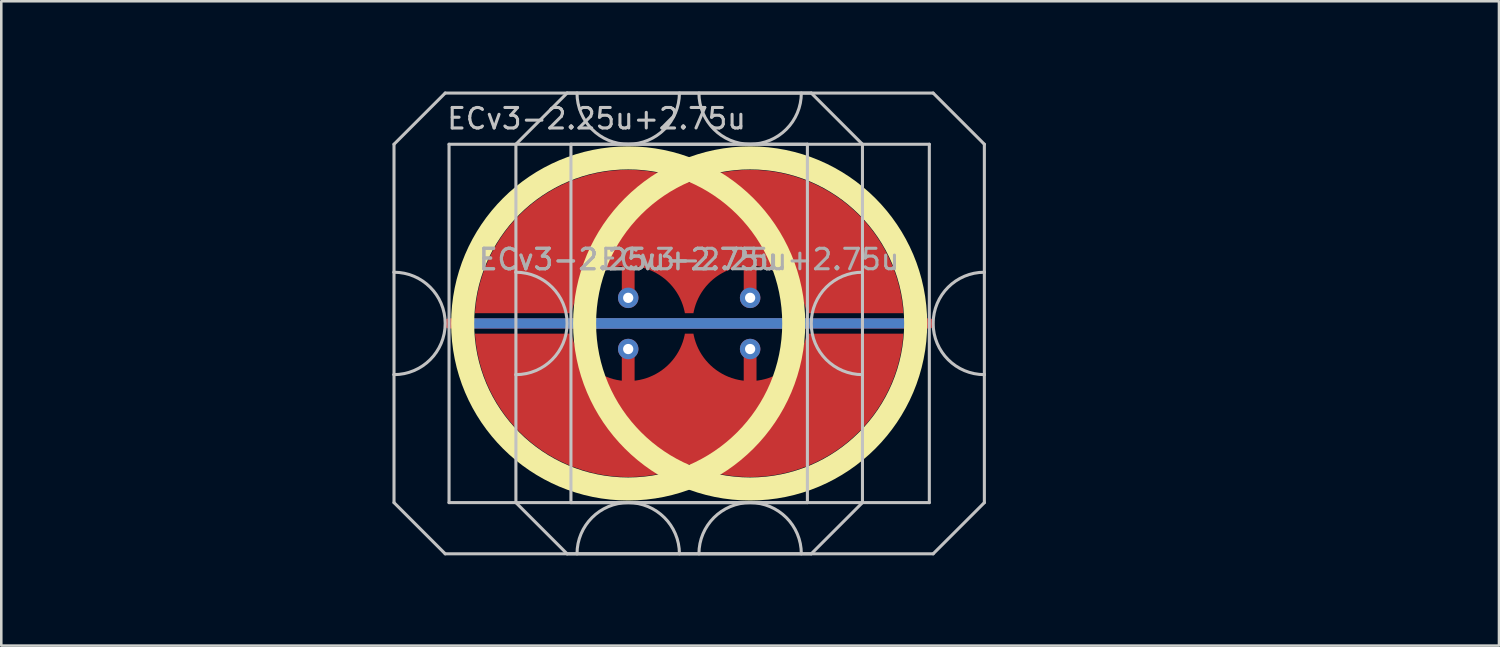
<source format=kicad_pcb>
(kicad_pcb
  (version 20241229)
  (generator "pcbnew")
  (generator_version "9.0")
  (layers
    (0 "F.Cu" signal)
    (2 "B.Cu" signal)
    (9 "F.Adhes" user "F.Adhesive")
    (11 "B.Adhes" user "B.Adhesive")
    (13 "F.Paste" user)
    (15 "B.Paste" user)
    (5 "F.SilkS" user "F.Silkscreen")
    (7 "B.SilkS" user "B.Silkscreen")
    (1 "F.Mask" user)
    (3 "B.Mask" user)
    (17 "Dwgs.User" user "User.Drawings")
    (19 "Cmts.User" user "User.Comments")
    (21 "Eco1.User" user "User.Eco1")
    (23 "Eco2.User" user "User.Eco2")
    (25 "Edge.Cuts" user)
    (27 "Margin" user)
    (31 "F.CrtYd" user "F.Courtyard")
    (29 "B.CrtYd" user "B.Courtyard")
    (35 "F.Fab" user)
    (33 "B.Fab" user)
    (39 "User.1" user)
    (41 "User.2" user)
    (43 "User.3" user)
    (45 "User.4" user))
  (footprint "ECv3-2.25u+2.75u"
    (layer "F.Cu")
    (at 26.254 9.585)
    (property "Reference" "ECv3-2.25u+2.75u" (at -6 -8 0) (layer "Dwgs.User") (effects (font (size 0.8 0.8) (thickness 0.12))))
    (attr through_hole exclude_from_pos_files exclude_from_bom)
    (fp_circle (center -4.763 0) (end 1.704 0) (stroke (width 0.9) (type solid)) (fill no) (layer "F.SilkS"))
    (fp_circle (center 0 0) (end 6.467 0) (stroke (width 0.9) (type solid)) (fill no) (layer "F.SilkS"))
    (fp_line (start -13.912 -7) (end -13.912 -2) (stroke (width 0.12) (type solid)) (layer "Dwgs.User"))
    (fp_line (start -13.912 -2) (end -13.912 2) (stroke (width 0.12) (type solid)) (layer "Dwgs.User"))
    (fp_line (start -13.912 2) (end -13.912 7) (stroke (width 0.12) (type solid)) (layer "Dwgs.User"))
    (fp_line (start -13.912 7) (end -11.912 9) (stroke (width 0.12) (type solid)) (layer "Dwgs.User"))
    (fp_line (start -11.912 -9) (end -13.912 -7) (stroke (width 0.12) (type solid)) (layer "Dwgs.User"))
    (fp_line (start -11.912 9) (end 2.388 9) (stroke (width 0.12) (type solid)) (layer "Dwgs.User"))
    (fp_line (start -11.762 -7) (end -11.762 7) (stroke (width 0.12) (type solid)) (layer "Dwgs.User"))
    (fp_line (start -11.762 7) (end 2.237 7) (stroke (width 0.12) (type solid)) (layer "Dwgs.User"))
    (fp_line (start -9.15 -7) (end -9.15 -2) (stroke (width 0.12) (type solid)) (layer "Dwgs.User"))
    (fp_line (start -9.15 -2) (end -9.15 2) (stroke (width 0.12) (type solid)) (layer "Dwgs.User"))
    (fp_line (start -9.15 2) (end -9.15 7) (stroke (width 0.12) (type solid)) (layer "Dwgs.User"))
    (fp_line (start -9.15 7) (end -7.15 9) (stroke (width 0.12) (type solid)) (layer "Dwgs.User"))
    (fp_line (start -7.15 -9) (end -9.15 -7) (stroke (width 0.12) (type solid)) (layer "Dwgs.User"))
    (fp_line (start -7.15 9) (end 7.15 9) (stroke (width 0.12) (type solid)) (layer "Dwgs.User"))
    (fp_line (start -7 -7) (end -7 7) (stroke (width 0.12) (type solid)) (layer "Dwgs.User"))
    (fp_line (start -7 7) (end 7 7) (stroke (width 0.12) (type solid)) (layer "Dwgs.User"))
    (fp_line (start 2.237 -7) (end -11.762 -7) (stroke (width 0.12) (type solid)) (layer "Dwgs.User"))
    (fp_line (start 2.237 7) (end 2.237 -7) (stroke (width 0.12) (type solid)) (layer "Dwgs.User"))
    (fp_line (start 2.388 -9) (end -11.912 -9) (stroke (width 0.12) (type solid)) (layer "Dwgs.User"))
    (fp_line (start 2.388 -9) (end 4.388 -7) (stroke (width 0.12) (type solid)) (layer "Dwgs.User"))
    (fp_line (start 2.388 9) (end 4.388 7) (stroke (width 0.12) (type solid)) (layer "Dwgs.User"))
    (fp_line (start 4.388 -2) (end 4.388 -7) (stroke (width 0.12) (type solid)) (layer "Dwgs.User"))
    (fp_line (start 4.388 -2) (end 4.388 2) (stroke (width 0.12) (type solid)) (layer "Dwgs.User"))
    (fp_line (start 4.388 7) (end 4.388 2) (stroke (width 0.12) (type solid)) (layer "Dwgs.User"))
    (fp_line (start 7 -7) (end -7 -7) (stroke (width 0.12) (type solid)) (layer "Dwgs.User"))
    (fp_line (start 7 7) (end 7 -7) (stroke (width 0.12) (type solid)) (layer "Dwgs.User"))
    (fp_line (start 7.15 -9) (end -7.15 -9) (stroke (width 0.12) (type solid)) (layer "Dwgs.User"))
    (fp_line (start 7.15 -9) (end 9.15 -7) (stroke (width 0.12) (type solid)) (layer "Dwgs.User"))
    (fp_line (start 7.15 9) (end 9.15 7) (stroke (width 0.12) (type solid)) (layer "Dwgs.User"))
    (fp_line (start 9.15 -2) (end 9.15 -7) (stroke (width 0.12) (type solid)) (layer "Dwgs.User"))
    (fp_line (start 9.15 -2) (end 9.15 2) (stroke (width 0.12) (type solid)) (layer "Dwgs.User"))
    (fp_line (start 9.15 7) (end 9.15 2) (stroke (width 0.12) (type solid)) (layer "Dwgs.User"))
    (fp_arc (start -13.9125 -2) (mid -11.9125 0) (end -13.9125 2) (stroke (width 0.12) (type solid)) (layer "Dwgs.User"))
    (fp_arc (start -9.15 -2) (mid -7.15 0) (end -9.15 2) (stroke (width 0.12) (type solid)) (layer "Dwgs.User"))
    (fp_arc (start -6.7625 9) (mid -4.7625 7) (end -2.7625 9) (stroke (width 0.12) (type solid)) (layer "Dwgs.User"))
    (fp_arc (start -2.7625 -9) (mid -4.7625 -7) (end -6.7625 -9) (stroke (width 0.12) (type solid)) (layer "Dwgs.User"))
    (fp_arc (start -2 9) (mid 0 7) (end 2 9) (stroke (width 0.12) (type solid)) (layer "Dwgs.User"))
    (fp_arc (start 2 -9) (mid 0 -7) (end -2 -9) (stroke (width 0.12) (type solid)) (layer "Dwgs.User"))
    (fp_arc (start 4.3875 2) (mid 2.3875 0) (end 4.3875 -2) (stroke (width 0.12) (type solid)) (layer "Dwgs.User"))
    (fp_arc (start 9.15 2) (mid 7.15 0) (end 9.15 -2) (stroke (width 0.12) (type solid)) (layer "Dwgs.User"))
    (fp_line (start -20.837 -6) (end -20.837 5.5) (stroke (width 0.12) (type default)) (layer "Eco1.User"))
    (fp_line (start -20.837 -6) (end -19.762 -7.05) (stroke (width 0.12) (type default)) (layer "Eco1.User"))
    (fp_line (start -19.762 -7.05) (end 10.238 -7.05) (stroke (width 0.12) (type default)) (layer "Eco1.User"))
    (fp_line (start -17.762 7.05) (end -20.837 5.5) (stroke (width 0.12) (type default)) (layer "Eco1.User"))
    (fp_line (start -16.075 -6) (end -16.075 5.5) (stroke (width 0.12) (type default)) (layer "Eco1.User"))
    (fp_line (start -16.075 -6) (end -15 -7.05) (stroke (width 0.12) (type default)) (layer "Eco1.User"))
    (fp_line (start -15 -7.05) (end 15 -7.05) (stroke (width 0.12) (type default)) (layer "Eco1.User"))
    (fp_line (start -13 7.05) (end -16.075 5.5) (stroke (width 0.12) (type default)) (layer "Eco1.User"))
    (fp_line (start 8.238 7.05) (end -17.762 7.05) (stroke (width 0.12) (type default)) (layer "Eco1.User"))
    (fp_line (start 8.238 7.05) (end 11.312 5.5) (stroke (width 0.12) (type default)) (layer "Eco1.User"))
    (fp_line (start 10.238 -7.05) (end 11.312 -6) (stroke (width 0.12) (type default)) (layer "Eco1.User"))
    (fp_line (start 11.312 -6) (end 11.312 5.5) (stroke (width 0.12) (type default)) (layer "Eco1.User"))
    (fp_line (start 13 7.05) (end -13 7.05) (stroke (width 0.12) (type default)) (layer "Eco1.User"))
    (fp_line (start 13 7.05) (end 16.075 5.5) (stroke (width 0.12) (type default)) (layer "Eco1.User"))
    (fp_line (start 15 -7.05) (end 16.075 -6) (stroke (width 0.12) (type default)) (layer "Eco1.User"))
    (fp_line (start 16.075 -6) (end 16.075 5.5) (stroke (width 0.12) (type default)) (layer "Eco1.User"))
    (fp_line (start -26.194 -9.525) (end -26.194 9.525) (stroke (width 0.12) (type solid)) (layer "User.2"))
    (fp_line (start -26.194 -9.525) (end -26.194 9.525) (stroke (width 0.12) (type solid)) (layer "User.2"))
    (fp_line (start -26.194 -9.525) (end 16.669 -9.525) (stroke (width 0.12) (type solid)) (layer "User.2"))
    (fp_line (start -26.194 -9.525) (end 26.194 -9.525) (stroke (width 0.12) (type solid)) (layer "User.2"))
    (fp_line (start -26.194 9.525) (end 16.669 9.525) (stroke (width 0.12) (type solid)) (layer "User.2"))
    (fp_line (start -26.194 9.525) (end 26.194 9.525) (stroke (width 0.12) (type solid)) (layer "User.2"))
    (fp_line (start 16.669 -9.525) (end 16.669 9.525) (stroke (width 0.12) (type solid)) (layer "User.2"))
    (fp_line (start 26.194 -9.525) (end 26.194 9.525) (stroke (width 0.12) (type solid)) (layer "User.2"))
    (fp_circle (center -20.913 -7.147) (end -20.163 -7.147) (stroke (width 0.12) (type default)) (fill no) (layer "User.2"))
    (fp_circle (center -20.913 7.147) (end -19.913 7.147) (stroke (width 0.12) (type default)) (fill no) (layer "User.2"))
    (fp_circle (center -16.151 -7.147) (end -15.401 -7.147) (stroke (width 0.12) (type default)) (fill no) (layer "User.2"))
    (fp_circle (center -16.151 7.147) (end -15.151 7.147) (stroke (width 0.12) (type default)) (fill no) (layer "User.2"))
    (fp_circle (center 11.389 -7.147) (end 12.139 -7.147) (stroke (width 0.12) (type default)) (fill no) (layer "User.2"))
    (fp_circle (center 11.389 7.147) (end 12.389 7.147) (stroke (width 0.12) (type default)) (fill no) (layer "User.2"))
    (fp_circle (center 16.151 -7.147) (end 16.901 -7.147) (stroke (width 0.12) (type default)) (fill no) (layer "User.2"))
    (fp_circle (center 16.151 7.147) (end 17.151 7.147) (stroke (width 0.12) (type default)) (fill no) (layer "User.2"))
    (fp_text user "${REFERENCE}" (at -4.763 -2.5 0) (layer "F.Fab") (effects (font (size 0.8 0.8) (thickness 0.12))))
    (fp_text user "${REFERENCE}" (at 0 -2.5 0) (layer "F.Fab") (effects (font (size 0.8 0.8) (thickness 0.12))))
    (fp_text user "${REFERENCE}" (at -4.763 -2.5 0) (layer "F.Fab") (effects (font (size 0.8 0.8) (thickness 0.12))))
    (pad "1" smd custom (at -4.763 -1) (size 0.5 0.5) (layers "F.Cu") (options (anchor circle)) (primitives (gr_poly (pts (arc (start 10.749151 0.6) (mid 7.888311 -4.121455) (end 2.38125 -4.507236)) (arc (start 2.38125 -4.507236) (mid -3.12581 -4.121454) (end -5.98665 0.6)) (arc (start -2.214157 0.6) (mid -1.536492 -0.643683) (end -0.25 -1.236065)) (arc (start -0.25 0) (mid 0 0.25) (end 0.25 0)) (arc (start 0.25 -1.236066) (mid 1.536492 -0.643683) (end 2.214157 0.6)) (arc (start 2.548343 0.6) (mid 3.226008 -0.643683) (end 4.5125 -1.236065)) (arc (start 4.5125 0) (mid 4.7625 0.25) (end 5.0125 0)) (arc (start 5.0125 -1.236066) (mid 6.298992 -0.643683) (end 6.976657 0.6))) (width 0) (fill yes))))
    (pad "1" thru_hole circle (at -4.763 -1 270) (size 0.8 0.8) (drill 0.4) (layers "*.Cu"))
    (pad "1" smd circle (at 0 -1) (size 0.5 0.5) (layers "F.Cu"))
    (pad "1" thru_hole circle (at 0 -1 270) (size 0.8 0.8) (drill 0.4) (layers "*.Cu"))
    (pad "2" smd custom (at -4.763 1) (size 0.5 0.5) (layers "F.Cu") (options (anchor circle)) (primitives (gr_poly (pts (arc (start -2.214157 -0.6) (mid -1.536492 0.643684) (end -0.25 1.236067)) (arc (start -0.25 0) (mid 0 -0.25) (end 0.25 0)) (arc (start 0.25 1.236068) (mid 1.536492 0.643683) (end 2.214159 -0.6)) (arc (start 2.548343 -0.6) (mid 3.226008 0.643684) (end 4.5125 1.236067)) (arc (start 4.5125 0) (mid 4.7625 -0.25) (end 5.0125 0)) (arc (start 5.0125 1.236067) (mid 6.298992 0.643683) (end 6.976658 -0.6)) (arc (start 10.74915 -0.6) (mid 7.888311 4.121455) (end 2.38125 4.507236)) (arc (start 2.38125 4.507236) (mid -3.125811 4.121455) (end -5.98665 -0.6))) (width 0) (fill yes))))
    (pad "2" thru_hole circle (at -4.763 1 270) (size 0.8 0.8) (drill 0.4) (layers "*.Cu"))
    (pad "2" smd circle (at 0 1) (size 0.5 0.5) (layers "F.Cu"))
    (pad "2" thru_hole circle (at 0 1 270) (size 0.8 0.8) (drill 0.4) (layers "*.Cu"))
    (pad "3" smd custom (at -4.763 0 90) (size 0.4 0.4) (layers "F.Cu") (options (anchor rect)) (primitives (gr_line (start 0 -7) (end 0 7) (width 0.4))))
    (pad "3" smd custom (at -4.763 0 90) (size 0.4 0.4) (layers "B.Cu") (options (anchor rect)) (primitives (gr_line (start 0 -6.5) (end 0 6.5) (width 0.4))))
    (pad "3" smd custom (at 0 0 90) (size 0.4 0.4) (layers "F.Cu") (options (anchor rect)) (primitives (gr_line (start 0 -7) (end 0 7) (width 0.4))))
    (pad "3" smd custom (at 0 0 90) (size 0.4 0.4) (layers "B.Cu") (options (anchor rect)) (primitives (gr_line (start 0 -6.5) (end 0 6.5) (width 0.4))))
    (zone (net_name "") (layer "F.Cu") (hatch edge 0.508) (connect_pads) (min_thickness 0.254) (filled_areas_thickness no) (keepout (tracks allowed) (vias allowed) (pads allowed) (copperpour not_allowed) (footprints allowed)) (placement (enabled no)) (fill) (polygon (pts (xy 28.496 9.585) (xy 28.477 9.072) (xy 28.421 8.562) (xy 28.327 8.057) (xy 28.197 7.56) (xy 28.031 7.075) (xy 27.829 6.602) (xy 27.594 6.146) (xy 27.326 5.709) (xy 27.026 5.292) (xy 26.697 4.898) (xy 26.34 4.529) (xy 25.956 4.188) (xy 25.549 3.875) (xy 25.12 3.593) (xy 24.671 3.344) (xy 24.206 3.127) (xy 23.726 2.946) (xy 23.233 2.8) (xy 22.732 2.691) (xy 22.223 2.618) (xy 21.711 2.584) (xy 21.198 2.586) (xy 20.686 2.627) (xy 20.179 2.704) (xy 19.678 2.819) (xy 19.188 2.97) (xy 18.709 3.156) (xy 18.246 3.377) (xy 17.8 3.632) (xy 17.374 3.918) (xy 16.97 4.235) (xy 16.59 4.58) (xy 16.237 4.953) (xy 15.912 5.35) (xy 15.616 5.77) (xy 15.353 6.21) (xy 15.122 6.669) (xy 14.926 7.143) (xy 14.764 7.631) (xy 14.639 8.129) (xy 14.551 8.634) (xy 14.5 9.145) (xy 14.487 9.658) (xy 14.511 10.171) (xy 14.573 10.681) (xy 14.671 11.185) (xy 14.807 11.68) (xy 14.978 12.164) (xy 15.185 12.634) (xy 15.425 13.087) (xy 15.698 13.522) (xy 16.002 13.936) (xy 16.335 14.326) (xy 16.696 14.691) (xy 17.083 15.029) (xy 17.493 15.337) (xy 17.925 15.614) (xy 18.377 15.859) (xy 18.845 16.071) (xy 19.327 16.247) (xy 19.82 16.388) (xy 20.323 16.492) (xy 20.832 16.559) (xy 21.345 16.588) (xy 21.858 16.58) (xy 22.369 16.535) (xy 22.876 16.452) (xy 23.375 16.332) (xy 23.864 16.176) (xy 24.34 15.984) (xy 24.801 15.758) (xy 25.245 15.499) (xy 25.668 15.209) (xy 26.068 14.888) (xy 26.444 14.538) (xy 26.794 14.162) (xy 27.115 13.761) (xy 27.406 13.338) (xy 27.665 12.895) (xy 27.891 12.434) (xy 28.082 11.958) (xy 28.238 11.469) (xy 28.358 10.97) (xy 28.441 10.463) (xy 28.487 9.952))))
    (zone (net_name "") (layer "F.Cu") (hatch edge 0.508) (connect_pads) (min_thickness 0.254) (filled_areas_thickness no) (keepout (tracks allowed) (vias allowed) (pads allowed) (copperpour not_allowed) (footprints allowed)) (placement (enabled no)) (fill) (polygon (pts (xy 33.259 9.585) (xy 33.24 9.072) (xy 33.184 8.562) (xy 33.09 8.057) (xy 32.96 7.56) (xy 32.793 7.075) (xy 32.592 6.602) (xy 32.357 6.146) (xy 32.088 5.709) (xy 31.789 5.292) (xy 31.459 4.898) (xy 31.102 4.529) (xy 30.719 4.188) (xy 30.312 3.875) (xy 29.882 3.593) (xy 29.434 3.344) (xy 28.968 3.127) (xy 28.488 2.946) (xy 27.996 2.8) (xy 27.494 2.691) (xy 26.986 2.618) (xy 26.474 2.584) (xy 25.96 2.586) (xy 25.449 2.627) (xy 24.941 2.704) (xy 24.441 2.819) (xy 23.95 2.97) (xy 23.472 3.156) (xy 23.008 3.377) (xy 22.562 3.632) (xy 22.136 3.918) (xy 21.732 4.235) (xy 21.353 4.58) (xy 20.999 4.953) (xy 20.674 5.35) (xy 20.379 5.77) (xy 20.115 6.21) (xy 19.885 6.669) (xy 19.688 7.143) (xy 19.527 7.631) (xy 19.402 8.129) (xy 19.314 8.634) (xy 19.263 9.145) (xy 19.249 9.658) (xy 19.273 10.171) (xy 19.335 10.681) (xy 19.434 11.185) (xy 19.569 11.68) (xy 19.741 12.164) (xy 19.947 12.634) (xy 20.187 13.087) (xy 20.46 13.522) (xy 20.764 13.936) (xy 21.097 14.326) (xy 21.459 14.691) (xy 21.845 15.029) (xy 22.256 15.337) (xy 22.688 15.614) (xy 23.139 15.859) (xy 23.607 16.071) (xy 24.089 16.247) (xy 24.583 16.388) (xy 25.086 16.492) (xy 25.595 16.559) (xy 26.107 16.588) (xy 26.62 16.58) (xy 27.132 16.535) (xy 27.638 16.452) (xy 28.138 16.332) (xy 28.627 16.176) (xy 29.103 15.984) (xy 29.564 15.758) (xy 30.007 15.499) (xy 30.43 15.209) (xy 30.831 14.888) (xy 31.207 14.538) (xy 31.556 14.162) (xy 31.877 13.761) (xy 32.168 13.338) (xy 32.427 12.895) (xy 32.653 12.434) (xy 32.845 11.958) (xy 33.001 11.469) (xy 33.12 10.97) (xy 33.203 10.463) (xy 33.249 9.952))))
    (zone (net_name "") (layer "B.Cu") (hatch edge 0.508) (connect_pads) (min_thickness 0.254) (filled_areas_thickness no) (keepout (tracks allowed) (vias allowed) (pads allowed) (copperpour not_allowed) (footprints allowed)) (placement (enabled no)) (fill) (polygon (pts (xy 28.05 9.585) (xy 28.029 9.07) (xy 27.969 8.559) (xy 27.868 8.054) (xy 27.729 7.558) (xy 27.55 7.075) (xy 27.335 6.608) (xy 27.083 6.158) (xy 26.797 5.73) (xy 26.478 5.326) (xy 26.129 4.948) (xy 25.75 4.598) (xy 25.346 4.279) (xy 24.918 3.993) (xy 24.469 3.742) (xy 24.001 3.526) (xy 23.518 3.348) (xy 23.022 3.208) (xy 22.517 3.107) (xy 22.006 3.047) (xy 21.491 3.027) (xy 20.977 3.047) (xy 20.465 3.107) (xy 19.96 3.208) (xy 19.465 3.348) (xy 18.982 3.526) (xy 18.514 3.742) (xy 18.065 3.993) (xy 17.636 4.279) (xy 17.232 4.598) (xy 16.854 4.948) (xy 16.504 5.326) (xy 16.186 5.73) (xy 15.899 6.158) (xy 15.648 6.608) (xy 15.432 7.075) (xy 15.254 7.558) (xy 15.114 8.054) (xy 15.014 8.559) (xy 14.953 9.07) (xy 14.933 9.585) (xy 14.953 10.1) (xy 15.014 10.611) (xy 15.114 11.116) (xy 15.254 11.612) (xy 15.432 12.095) (xy 15.648 12.562) (xy 15.899 13.012) (xy 16.186 13.44) (xy 16.504 13.844) (xy 16.854 14.222) (xy 17.232 14.572) (xy 17.636 14.891) (xy 18.065 15.177) (xy 18.514 15.428) (xy 18.982 15.644) (xy 19.465 15.822) (xy 19.96 15.962) (xy 20.465 16.063) (xy 20.977 16.123) (xy 21.491 16.143) (xy 22.006 16.123) (xy 22.517 16.063) (xy 23.022 15.962) (xy 23.518 15.822) (xy 24.001 15.644) (xy 24.469 15.428) (xy 24.918 15.177) (xy 25.346 14.891) (xy 25.75 14.572) (xy 26.129 14.222) (xy 26.478 13.844) (xy 26.797 13.44) (xy 27.083 13.012) (xy 27.335 12.562) (xy 27.55 12.095) (xy 27.729 11.612) (xy 27.868 11.116) (xy 27.969 10.611) (xy 28.029 10.1))))
    (zone (net_name "") (layer "B.Cu") (hatch edge 0.508) (connect_pads) (min_thickness 0.254) (filled_areas_thickness no) (keepout (tracks allowed) (vias allowed) (pads allowed) (copperpour not_allowed) (footprints allowed)) (placement (enabled no)) (fill) (polygon (pts (xy 32.812 9.585) (xy 32.792 9.07) (xy 32.731 8.559) (xy 32.631 8.054) (xy 32.491 7.558) (xy 32.313 7.075) (xy 32.097 6.608) (xy 31.846 6.158) (xy 31.559 5.73) (xy 31.241 5.326) (xy 30.891 4.948) (xy 30.513 4.598) (xy 30.109 4.279) (xy 29.68 3.993) (xy 29.231 3.742) (xy 28.763 3.526) (xy 28.28 3.348) (xy 27.785 3.208) (xy 27.28 3.107) (xy 26.768 3.047) (xy 26.254 3.027) (xy 25.739 3.047) (xy 25.228 3.107) (xy 24.723 3.208) (xy 24.227 3.348) (xy 23.744 3.526) (xy 23.276 3.742) (xy 22.827 3.993) (xy 22.399 4.279) (xy 21.995 4.598) (xy 21.616 4.948) (xy 21.267 5.326) (xy 20.948 5.73) (xy 20.662 6.158) (xy 20.41 6.608) (xy 20.195 7.075) (xy 20.016 7.558) (xy 19.877 8.054) (xy 19.776 8.559) (xy 19.716 9.07) (xy 19.695 9.585) (xy 19.716 10.1) (xy 19.776 10.611) (xy 19.877 11.116) (xy 20.016 11.612) (xy 20.195 12.095) (xy 20.41 12.562) (xy 20.662 13.012) (xy 20.948 13.44) (xy 21.267 13.844) (xy 21.616 14.222) (xy 21.995 14.572) (xy 22.399 14.891) (xy 22.827 15.177) (xy 23.276 15.428) (xy 23.744 15.644) (xy 24.227 15.822) (xy 24.723 15.962) (xy 25.228 16.063) (xy 25.739 16.123) (xy 26.254 16.143) (xy 26.768 16.123) (xy 27.28 16.063) (xy 27.785 15.962) (xy 28.28 15.822) (xy 28.763 15.644) (xy 29.231 15.428) (xy 29.68 15.177) (xy 30.109 14.891) (xy 30.513 14.572) (xy 30.891 14.222) (xy 31.241 13.844) (xy 31.559 13.44) (xy 31.846 13.012) (xy 32.097 12.562) (xy 32.313 12.095) (xy 32.491 11.612) (xy 32.631 11.116) (xy 32.731 10.611) (xy 32.792 10.1)))))
  (gr_rect
    (start -3 -3)
    (end 55.508 22.17)
    (stroke (width 0.1) (type default))
    (fill no)
    (layer "Edge.Cuts")))
</source>
